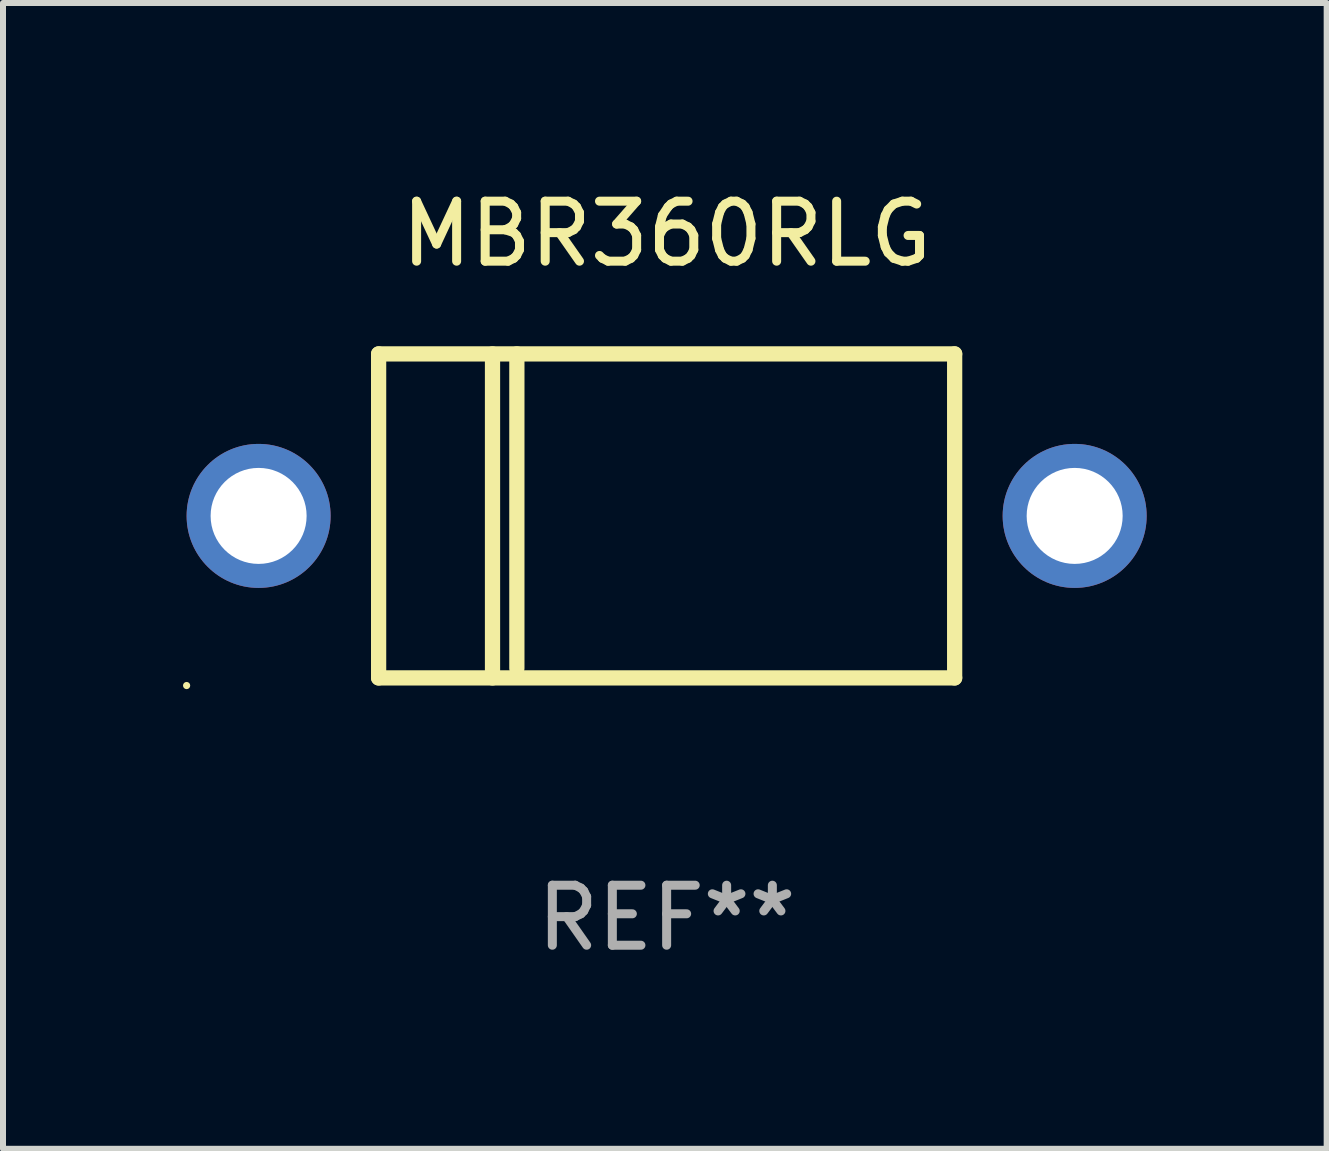
<source format=kicad_pcb>
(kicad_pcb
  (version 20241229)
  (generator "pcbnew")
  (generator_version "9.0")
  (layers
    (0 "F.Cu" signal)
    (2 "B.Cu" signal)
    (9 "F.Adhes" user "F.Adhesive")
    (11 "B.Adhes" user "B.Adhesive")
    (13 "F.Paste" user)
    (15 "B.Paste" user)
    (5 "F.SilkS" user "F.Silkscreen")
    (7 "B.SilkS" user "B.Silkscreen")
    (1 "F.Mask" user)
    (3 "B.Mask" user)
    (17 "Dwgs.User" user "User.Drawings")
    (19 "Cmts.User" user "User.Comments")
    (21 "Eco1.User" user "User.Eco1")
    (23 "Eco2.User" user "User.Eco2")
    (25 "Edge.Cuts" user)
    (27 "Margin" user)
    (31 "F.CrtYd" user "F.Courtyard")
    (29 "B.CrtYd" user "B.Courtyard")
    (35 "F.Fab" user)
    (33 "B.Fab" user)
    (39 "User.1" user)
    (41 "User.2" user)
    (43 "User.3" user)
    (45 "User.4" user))
  (footprint "MBR360RLG"
    (layer "F.Cu")
    (at 8.06 5.548)
    (property "Reference" "MBR360RLG" (at 0 -4.7 0) (layer "F.SilkS") (effects (font (size 1 1) (thickness 0.15))))
    (attr through_hole)
    (fp_line (start -4.8 -2.7) (end -4.8 2.7) (stroke (width 0.254) (type solid)) (layer "F.SilkS"))
    (fp_line (start -4.8 -2.7) (end 4.8 -2.7) (stroke (width 0.254) (type solid)) (layer "F.SilkS"))
    (fp_line (start -2.902 -2.7) (end -2.902 2.7) (stroke (width 0.254) (type solid)) (layer "F.SilkS"))
    (fp_line (start -2.496 -2.7) (end -2.496 2.54) (stroke (width 0.254) (type solid)) (layer "F.SilkS"))
    (fp_line (start 4.8 -2.7) (end 4.8 2.7) (stroke (width 0.254) (type solid)) (layer "F.SilkS"))
    (fp_line (start 4.8 2.7) (end -4.8 2.7) (stroke (width 0.254) (type solid)) (layer "F.SilkS"))
    (fp_circle (center -8 2.827) (end -7.97 2.827) (stroke (width 0.06) (type solid)) (fill no) (layer "F.SilkS"))
    (fp_text user "REF**" (at 0 6.7 0) (layer "F.Fab") (effects (font (size 1 1) (thickness 0.15))))
    (pad "1" thru_hole circle (at -6.8 0) (size 2.4 2.4) (drill 1.6) (layers "*.Cu" "*.Mask"))
    (pad "2" thru_hole circle (at 6.8 0) (size 2.4 2.4) (drill 1.6) (layers "*.Cu" "*.Mask")))
  (gr_rect
    (start -3 -3)
    (end 19.06 16.096)
    (stroke (width 0.1) (type default))
    (fill no)
    (layer "Edge.Cuts")))
</source>
